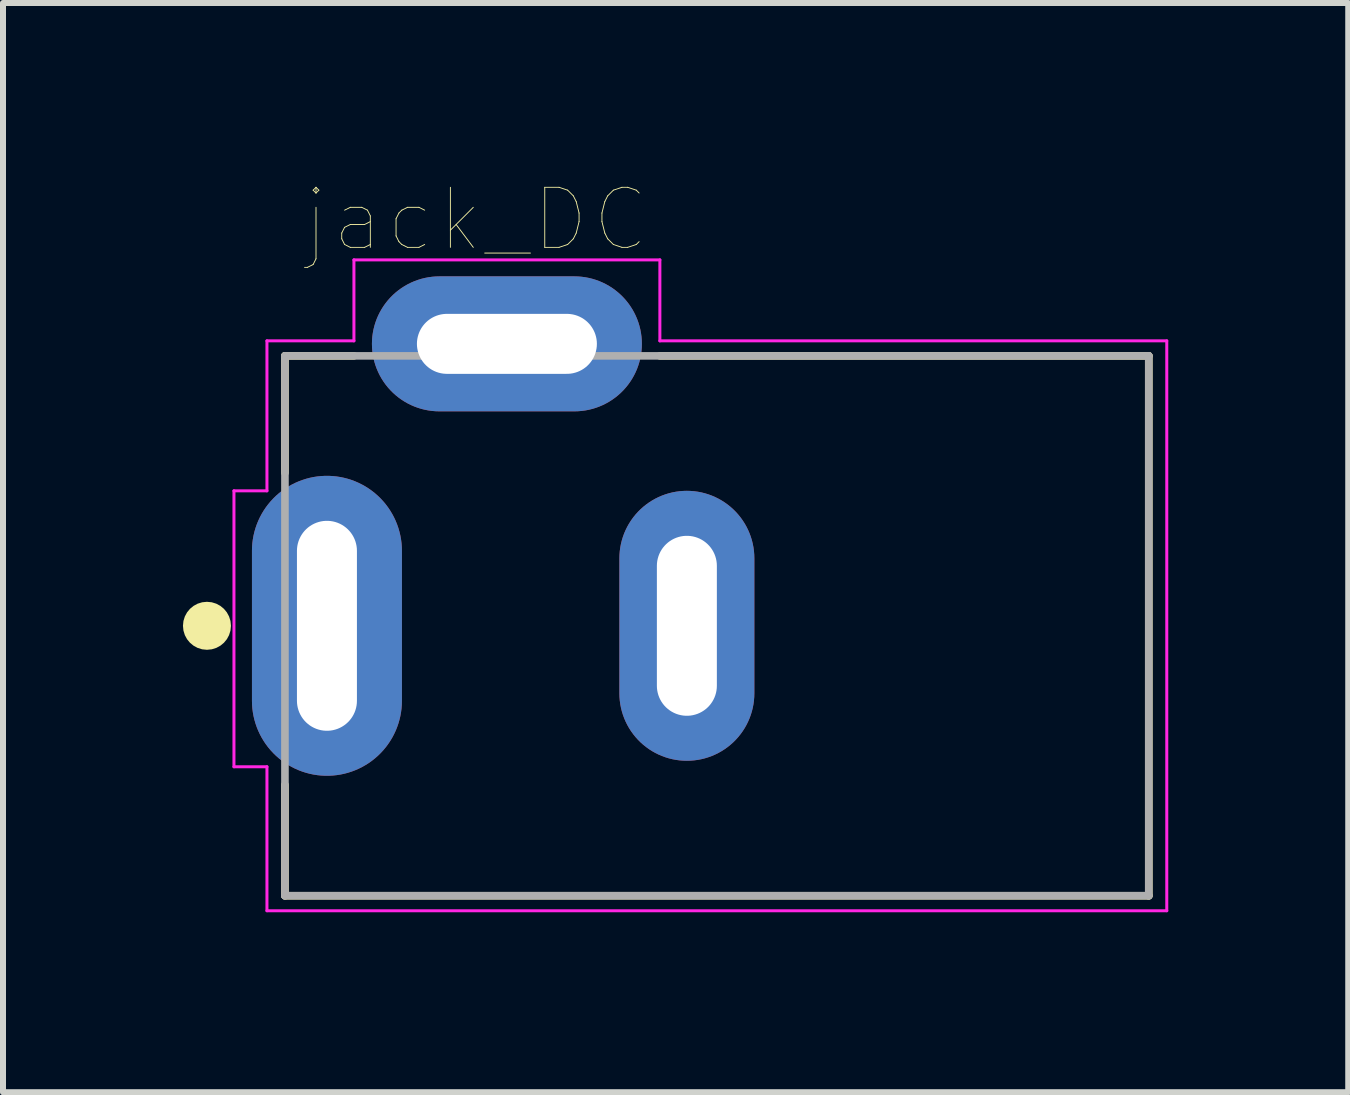
<source format=kicad_pcb>
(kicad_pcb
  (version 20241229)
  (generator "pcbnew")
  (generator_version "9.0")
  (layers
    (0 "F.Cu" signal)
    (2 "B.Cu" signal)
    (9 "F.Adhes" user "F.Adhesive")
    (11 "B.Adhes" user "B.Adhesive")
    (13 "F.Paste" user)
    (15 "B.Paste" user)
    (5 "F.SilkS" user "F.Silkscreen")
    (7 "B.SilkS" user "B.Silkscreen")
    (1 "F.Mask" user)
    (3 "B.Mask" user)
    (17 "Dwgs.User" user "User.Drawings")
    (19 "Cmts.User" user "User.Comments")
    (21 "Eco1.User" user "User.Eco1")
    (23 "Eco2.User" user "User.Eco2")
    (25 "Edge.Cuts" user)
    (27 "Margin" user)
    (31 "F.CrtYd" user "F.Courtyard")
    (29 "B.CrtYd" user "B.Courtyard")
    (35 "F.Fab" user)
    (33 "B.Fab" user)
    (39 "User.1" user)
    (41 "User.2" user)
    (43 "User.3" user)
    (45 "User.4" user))
  (footprint "jack_DC"
    (layer "F.Cu")
    (at 2.4 7.382)
    (property "Reference" "jack_DC" (at 2.487 -6.771 0) (layer "F.SilkS") (effects (font (size 1.001 1.001) (thickness 0.015))))
    (attr through_hole)
    (fp_line (start -0.7 -4.5) (end 0.45 -4.5) (stroke (width 0.127) (type solid)) (layer "F.SilkS"))
    (fp_line (start -0.7 -2.55) (end -0.7 -4.5) (stroke (width 0.127) (type solid)) (layer "F.SilkS"))
    (fp_line (start -0.7 4.5) (end -0.7 2.65) (stroke (width 0.127) (type solid)) (layer "F.SilkS"))
    (fp_line (start 5.55 -4.5) (end 13.7 -4.5) (stroke (width 0.127) (type solid)) (layer "F.SilkS"))
    (fp_line (start 13.7 -4.5) (end 13.7 4.5) (stroke (width 0.127) (type solid)) (layer "F.SilkS"))
    (fp_line (start 13.7 4.5) (end -0.7 4.5) (stroke (width 0.127) (type solid)) (layer "F.SilkS"))
    (fp_circle (center -2 0) (end -1.8 0) (stroke (width 0.4) (type solid)) (fill no) (layer "F.SilkS"))
    (fp_line (start -1.55 -2.25) (end -1.55 2.35) (stroke (width 0.05) (type solid)) (layer "F.CrtYd"))
    (fp_line (start -1.55 2.35) (end -1 2.35) (stroke (width 0.05) (type solid)) (layer "F.CrtYd"))
    (fp_line (start -1 -4.75) (end 0.45 -4.75) (stroke (width 0.05) (type solid)) (layer "F.CrtYd"))
    (fp_line (start -1 -2.25) (end -1.55 -2.25) (stroke (width 0.05) (type solid)) (layer "F.CrtYd"))
    (fp_line (start -1 -2.25) (end -1 -4.75) (stroke (width 0.05) (type solid)) (layer "F.CrtYd"))
    (fp_line (start -1 4.75) (end -1 2.35) (stroke (width 0.05) (type solid)) (layer "F.CrtYd"))
    (fp_line (start 0.45 -6.1) (end 5.55 -6.1) (stroke (width 0.05) (type solid)) (layer "F.CrtYd"))
    (fp_line (start 0.45 -4.75) (end 0.45 -6.1) (stroke (width 0.05) (type solid)) (layer "F.CrtYd"))
    (fp_line (start 5.55 -6.1) (end 5.55 -4.75) (stroke (width 0.05) (type solid)) (layer "F.CrtYd"))
    (fp_line (start 5.55 -4.75) (end 14 -4.75) (stroke (width 0.05) (type solid)) (layer "F.CrtYd"))
    (fp_line (start 14 -4.75) (end 14 4.75) (stroke (width 0.05) (type solid)) (layer "F.CrtYd"))
    (fp_line (start 14 4.75) (end -1 4.75) (stroke (width 0.05) (type solid)) (layer "F.CrtYd"))
    (fp_line (start -0.7 -4.5) (end 13.7 -4.5) (stroke (width 0.127) (type solid)) (layer "F.Fab"))
    (fp_line (start -0.7 4.5) (end -0.7 -4.5) (stroke (width 0.127) (type solid)) (layer "F.Fab"))
    (fp_line (start 13.7 -4.5) (end 13.7 4.5) (stroke (width 0.127) (type solid)) (layer "F.Fab"))
    (fp_line (start 13.7 4.5) (end -0.7 4.5) (stroke (width 0.127) (type solid)) (layer "F.Fab"))
    (pad "1" thru_hole oval (at 0 0) (size 2.5 5) (drill oval 1 3.5) (layers "*.Cu" "*.Mask"))
    (pad "2" thru_hole oval (at 6 0) (size 2.25 4.5) (drill oval 1 3) (layers "*.Cu" "*.Mask"))
    (pad "3" thru_hole oval (at 3 -4.7) (size 4.5 2.25) (drill oval 3 1) (layers "*.Cu" "*.Mask")))
  (gr_rect
    (start -3 -3)
    (end 19.425 15.157)
    (stroke (width 0.1) (type default))
    (fill no)
    (layer "Edge.Cuts")))
</source>
